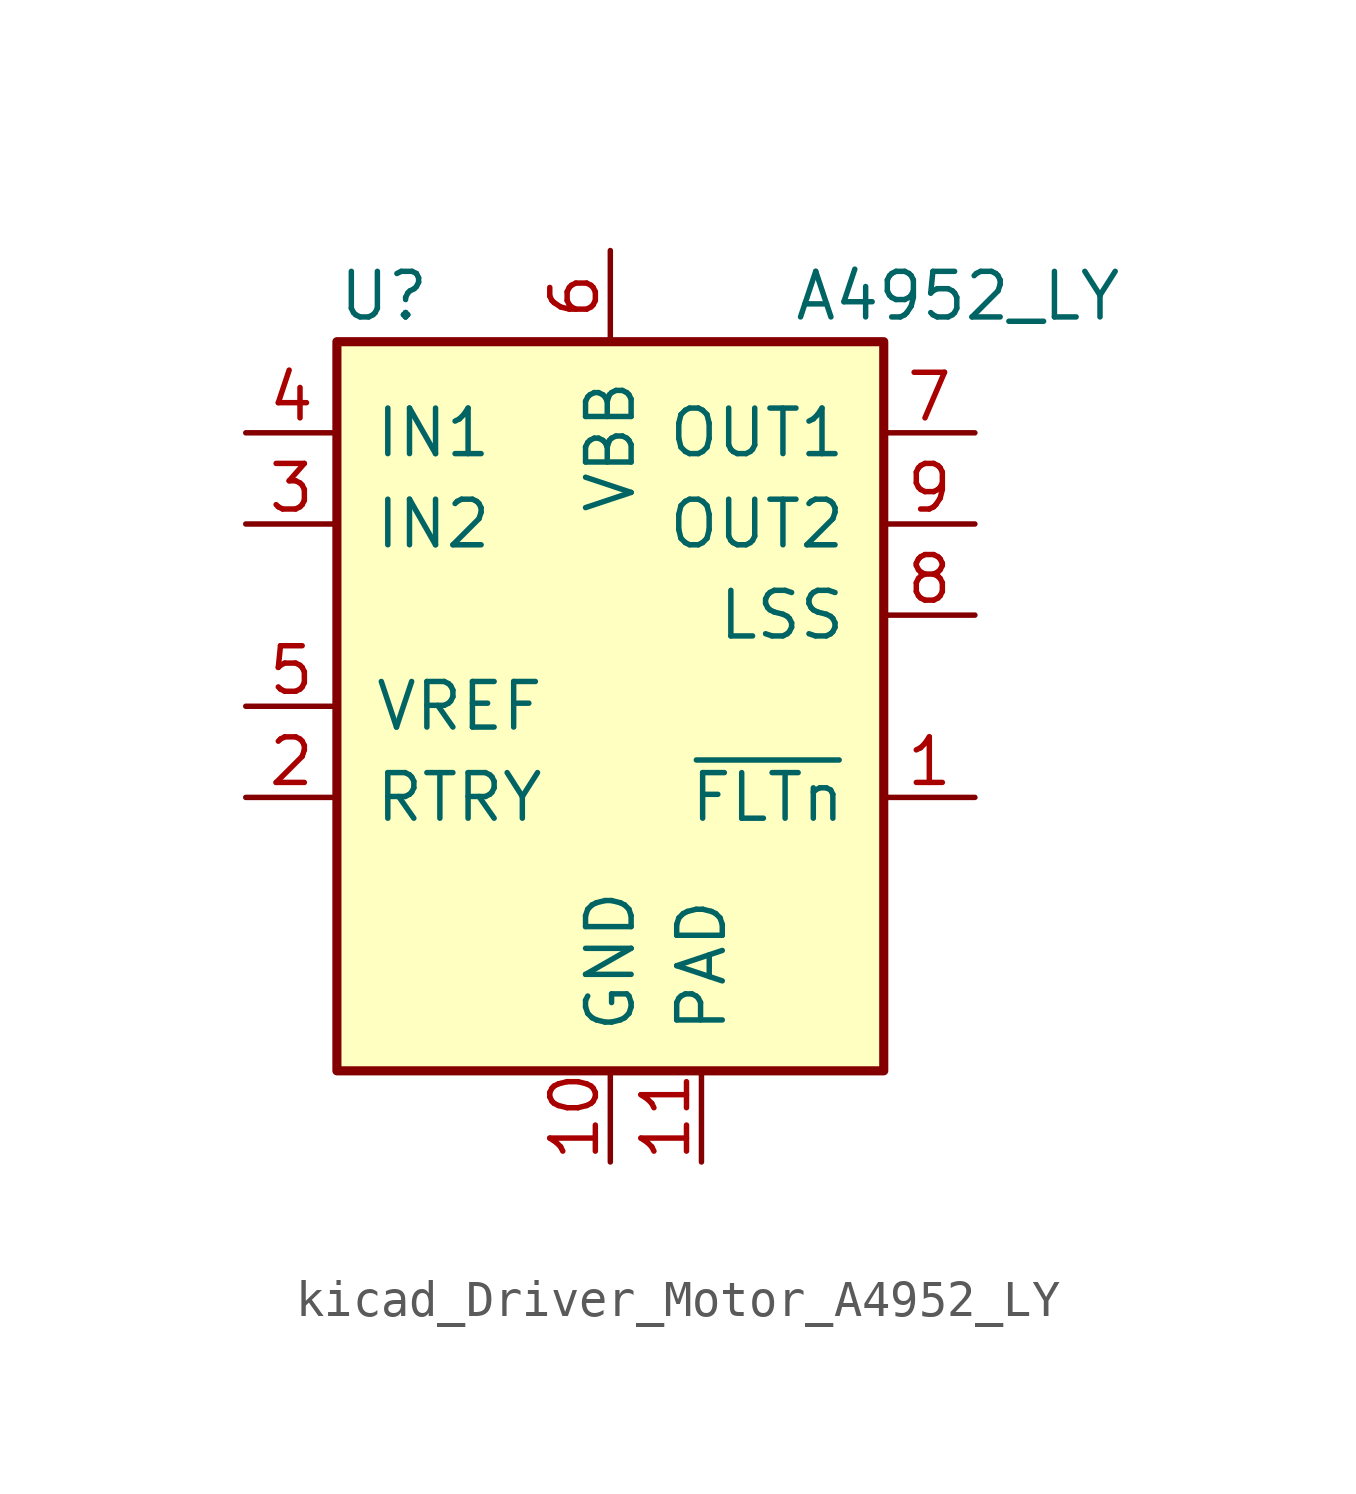
<source format=kicad_sym>
(kicad_symbol_lib
  (version 20220914)
  (generator kicad_symbol_editor)
  (symbol "kicad_Driver_Motor_A4952_LY"
    (pin_names
      (offset 1.016))
    (property "Reference" "U"
      (at -7.62 11.43 0)
      (effects (font (size 1.27 1.27)) (justify left)))
    (property "Value" "A4952_LY"
      (at 5.08 11.43 0)
      (effects (font (size 1.27 1.27)) (justify left)))
    (symbol "kicad_Driver_Motor_A4952_LY_0_1"
      (rectangle (start -7.62 10.16) (end 7.62 -10.16) (stroke (width 0.254) (type default)) (fill (type background))))
    (symbol "kicad_Driver_Motor_A4952_LY_1_1"
      (pin output line (at 10.16 -2.54 180) (length 2.54) (name "~{FLTn}" (effects (font (size 1.27 1.27)))) (number "1" (effects (font (size 1.27 1.27)))))
      (pin power_in line (at 0 -12.7 90) (length 2.54) (name "GND" (effects (font (size 1.27 1.27)))) (number "10" (effects (font (size 1.27 1.27)))))
      (pin power_in line (at 2.54 -12.7 90) (length 2.54) (name "PAD" (effects (font (size 1.27 1.27)))) (number "11" (effects (font (size 1.27 1.27)))))
      (pin input line (at -10.16 -2.54 0) (length 2.54) (name "RTRY" (effects (font (size 1.27 1.27)))) (number "2" (effects (font (size 1.27 1.27)))))
      (pin input line (at -10.16 5.08 0) (length 2.54) (name "IN2" (effects (font (size 1.27 1.27)))) (number "3" (effects (font (size 1.27 1.27)))))
      (pin input line (at -10.16 7.62 0) (length 2.54) (name "IN1" (effects (font (size 1.27 1.27)))) (number "4" (effects (font (size 1.27 1.27)))))
      (pin passive line (at -10.16 0 0) (length 2.54) (name "VREF" (effects (font (size 1.27 1.27)))) (number "5" (effects (font (size 1.27 1.27)))))
      (pin power_in line (at 0 12.7 270) (length 2.54) (name "VBB" (effects (font (size 1.27 1.27)))) (number "6" (effects (font (size 1.27 1.27)))))
      (pin power_out line (at 10.16 7.62 180) (length 2.54) (name "OUT1" (effects (font (size 1.27 1.27)))) (number "7" (effects (font (size 1.27 1.27)))))
      (pin power_in line (at 10.16 2.54 180) (length 2.54) (name "LSS" (effects (font (size 1.27 1.27)))) (number "8" (effects (font (size 1.27 1.27)))))
      (pin power_out line (at 10.16 5.08 180) (length 2.54) (name "OUT2" (effects (font (size 1.27 1.27)))) (number "9" (effects (font (size 1.27 1.27))))))))
</source>
